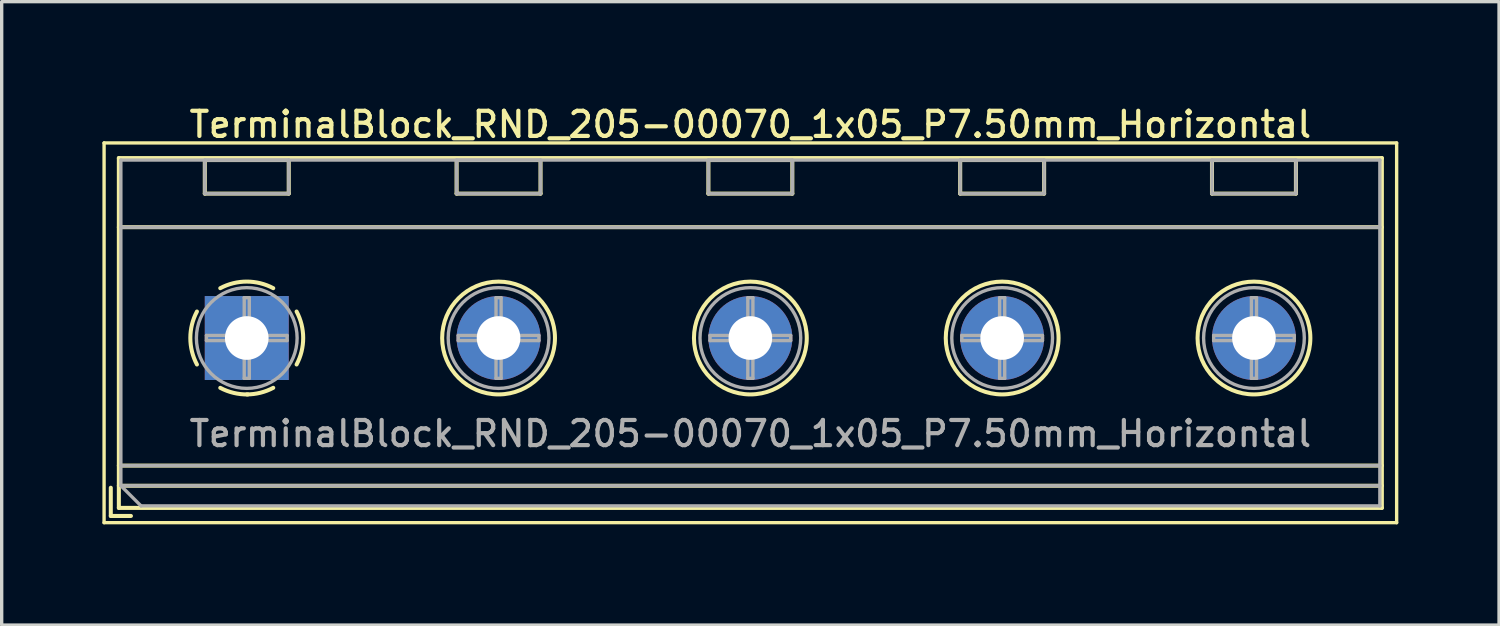
<source format=kicad_pcb>
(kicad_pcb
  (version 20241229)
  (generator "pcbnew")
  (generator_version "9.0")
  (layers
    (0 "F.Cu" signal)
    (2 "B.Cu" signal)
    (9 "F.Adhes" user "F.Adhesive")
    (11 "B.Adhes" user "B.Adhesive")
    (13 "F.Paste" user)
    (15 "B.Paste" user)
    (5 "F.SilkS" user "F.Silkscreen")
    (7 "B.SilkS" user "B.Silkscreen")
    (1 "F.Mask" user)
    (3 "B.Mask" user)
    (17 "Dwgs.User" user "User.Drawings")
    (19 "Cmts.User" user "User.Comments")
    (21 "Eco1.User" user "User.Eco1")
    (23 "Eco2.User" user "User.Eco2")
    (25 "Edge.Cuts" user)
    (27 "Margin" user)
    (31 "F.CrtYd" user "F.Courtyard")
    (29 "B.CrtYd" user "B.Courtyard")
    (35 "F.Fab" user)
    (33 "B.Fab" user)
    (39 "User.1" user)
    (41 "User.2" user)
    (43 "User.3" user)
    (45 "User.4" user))
  (footprint "TerminalBlock_RND_205-00070_1x05_P7.50mm_Horizontal"
    (layer "F.Cu")
    (at 4.3 7.018)
    (property "Reference" "TerminalBlock_RND_205-00070_1x05_P7.50mm_Horizontal" (at 15 -6.36 0) (layer "F.SilkS") (effects (font (size 0.75 0.75) (thickness 0.125))))
    (attr through_hole)
    (fp_line (start -4.25 -5.81) (end -4.25 5.5) (stroke (width 0.1) (type solid)) (layer "F.SilkS"))
    (fp_line (start -4.25 5.5) (end 34.25 5.5) (stroke (width 0.1) (type solid)) (layer "F.SilkS"))
    (fp_line (start -4.05 4.46) (end -4.05 5.3) (stroke (width 0.12) (type solid)) (layer "F.SilkS"))
    (fp_line (start -4.05 5.3) (end -3.45 5.3) (stroke (width 0.12) (type solid)) (layer "F.SilkS"))
    (fp_line (start -3.81 -5.36) (end -3.81 5.06) (stroke (width 0.12) (type solid)) (layer "F.SilkS"))
    (fp_line (start -3.81 -5.36) (end 33.81 -5.36) (stroke (width 0.12) (type solid)) (layer "F.SilkS"))
    (fp_line (start -3.81 -3.301) (end 33.81 -3.301) (stroke (width 0.12) (type solid)) (layer "F.SilkS"))
    (fp_line (start -3.81 3.8) (end 33.81 3.8) (stroke (width 0.12) (type solid)) (layer "F.SilkS"))
    (fp_line (start -3.81 4.4) (end 33.81 4.4) (stroke (width 0.12) (type solid)) (layer "F.SilkS"))
    (fp_line (start -3.81 5.06) (end 33.81 5.06) (stroke (width 0.12) (type solid)) (layer "F.SilkS"))
    (fp_line (start -1.25 -5.301) (end -1.25 -4.301) (stroke (width 0.12) (type solid)) (layer "F.SilkS"))
    (fp_line (start -1.25 -5.301) (end 1.25 -5.301) (stroke (width 0.12) (type solid)) (layer "F.SilkS"))
    (fp_line (start -1.25 -4.301) (end 1.25 -4.301) (stroke (width 0.12) (type solid)) (layer "F.SilkS"))
    (fp_line (start 1.25 -5.301) (end 1.25 -4.301) (stroke (width 0.12) (type solid)) (layer "F.SilkS"))
    (fp_line (start 6.25 -5.301) (end 6.25 -4.301) (stroke (width 0.12) (type solid)) (layer "F.SilkS"))
    (fp_line (start 6.25 -5.301) (end 8.75 -5.301) (stroke (width 0.12) (type solid)) (layer "F.SilkS"))
    (fp_line (start 6.25 -4.301) (end 8.75 -4.301) (stroke (width 0.12) (type solid)) (layer "F.SilkS"))
    (fp_line (start 8.75 -5.301) (end 8.75 -4.301) (stroke (width 0.12) (type solid)) (layer "F.SilkS"))
    (fp_line (start 13.75 -5.301) (end 13.75 -4.301) (stroke (width 0.12) (type solid)) (layer "F.SilkS"))
    (fp_line (start 13.75 -5.301) (end 16.25 -5.301) (stroke (width 0.12) (type solid)) (layer "F.SilkS"))
    (fp_line (start 13.75 -4.301) (end 16.25 -4.301) (stroke (width 0.12) (type solid)) (layer "F.SilkS"))
    (fp_line (start 16.25 -5.301) (end 16.25 -4.301) (stroke (width 0.12) (type solid)) (layer "F.SilkS"))
    (fp_line (start 21.25 -5.301) (end 21.25 -4.301) (stroke (width 0.12) (type solid)) (layer "F.SilkS"))
    (fp_line (start 21.25 -5.301) (end 23.75 -5.301) (stroke (width 0.12) (type solid)) (layer "F.SilkS"))
    (fp_line (start 21.25 -4.301) (end 23.75 -4.301) (stroke (width 0.12) (type solid)) (layer "F.SilkS"))
    (fp_line (start 23.75 -5.301) (end 23.75 -4.301) (stroke (width 0.12) (type solid)) (layer "F.SilkS"))
    (fp_line (start 28.75 -5.301) (end 28.75 -4.301) (stroke (width 0.12) (type solid)) (layer "F.SilkS"))
    (fp_line (start 28.75 -5.301) (end 31.25 -5.301) (stroke (width 0.12) (type solid)) (layer "F.SilkS"))
    (fp_line (start 28.75 -4.301) (end 31.25 -4.301) (stroke (width 0.12) (type solid)) (layer "F.SilkS"))
    (fp_line (start 31.25 -5.301) (end 31.25 -4.301) (stroke (width 0.12) (type solid)) (layer "F.SilkS"))
    (fp_line (start 33.81 -5.36) (end 33.81 5.06) (stroke (width 0.12) (type solid)) (layer "F.SilkS"))
    (fp_line (start 34.25 -5.81) (end -4.25 -5.81) (stroke (width 0.1) (type solid)) (layer "F.SilkS"))
    (fp_line (start 34.25 5.5) (end 34.25 -5.81) (stroke (width 0.1) (type solid)) (layer "F.SilkS"))
    (fp_arc (start -1.483953 0.789089) (mid -1.680708 0.00005) (end -1.484 -0.789) (stroke (width 0.12) (type solid)) (layer "F.SilkS"))
    (fp_arc (start -0.789089 -1.483953) (mid -0.00005 -1.680708) (end 0.789 -1.484) (stroke (width 0.12) (type solid)) (layer "F.SilkS"))
    (fp_arc (start 0.029383 1.68045) (mid -0.392304 1.634281) (end -0.789 1.484) (stroke (width 0.12) (type solid)) (layer "F.SilkS"))
    (fp_arc (start 0.788712 1.483352) (mid 0.406429 1.630097) (end 0 1.68) (stroke (width 0.12) (type solid)) (layer "F.SilkS"))
    (fp_arc (start 1.483953 -0.789089) (mid 1.680708 -0.00005) (end 1.484 0.789) (stroke (width 0.12) (type solid)) (layer "F.SilkS"))
    (fp_circle (center 7.5 0) (end 9.18 0) (stroke (width 0.12) (type solid)) (fill no) (layer "F.SilkS"))
    (fp_circle (center 15 0) (end 16.68 0) (stroke (width 0.12) (type solid)) (fill no) (layer "F.SilkS"))
    (fp_circle (center 22.5 0) (end 24.18 0) (stroke (width 0.12) (type solid)) (fill no) (layer "F.SilkS"))
    (fp_circle (center 30 0) (end 31.68 0) (stroke (width 0.12) (type solid)) (fill no) (layer "F.SilkS"))
    (fp_line (start -3.75 -5.3) (end 33.75 -5.3) (stroke (width 0.1) (type solid)) (layer "F.Fab"))
    (fp_line (start -3.75 -3.3) (end 33.75 -3.3) (stroke (width 0.1) (type solid)) (layer "F.Fab"))
    (fp_line (start -3.75 3.8) (end 33.75 3.8) (stroke (width 0.1) (type solid)) (layer "F.Fab"))
    (fp_line (start -3.75 4.4) (end -3.75 -5.3) (stroke (width 0.1) (type solid)) (layer "F.Fab"))
    (fp_line (start -3.75 4.4) (end 33.75 4.4) (stroke (width 0.1) (type solid)) (layer "F.Fab"))
    (fp_line (start -3.15 5) (end -3.75 4.4) (stroke (width 0.1) (type solid)) (layer "F.Fab"))
    (fp_line (start -1.25 -5.3) (end -1.25 -4.3) (stroke (width 0.1) (type solid)) (layer "F.Fab"))
    (fp_line (start -1.25 -4.3) (end 1.25 -4.3) (stroke (width 0.1) (type solid)) (layer "F.Fab"))
    (fp_line (start -1.201 -0.076) (end -0.076 -0.076) (stroke (width 0.1) (type solid)) (layer "F.Fab"))
    (fp_line (start -1.201 0.076) (end -1.201 -0.076) (stroke (width 0.1) (type solid)) (layer "F.Fab"))
    (fp_line (start -0.076 -1.201) (end 0.076 -1.201) (stroke (width 0.1) (type solid)) (layer "F.Fab"))
    (fp_line (start -0.076 -0.076) (end -0.076 -1.201) (stroke (width 0.1) (type solid)) (layer "F.Fab"))
    (fp_line (start -0.076 0.076) (end -1.201 0.076) (stroke (width 0.1) (type solid)) (layer "F.Fab"))
    (fp_line (start -0.076 1.201) (end -0.076 0.076) (stroke (width 0.1) (type solid)) (layer "F.Fab"))
    (fp_line (start 0.076 -1.201) (end 0.076 -0.076) (stroke (width 0.1) (type solid)) (layer "F.Fab"))
    (fp_line (start 0.076 -0.076) (end 1.201 -0.076) (stroke (width 0.1) (type solid)) (layer "F.Fab"))
    (fp_line (start 0.076 0.076) (end 0.076 1.201) (stroke (width 0.1) (type solid)) (layer "F.Fab"))
    (fp_line (start 0.076 1.201) (end -0.076 1.201) (stroke (width 0.1) (type solid)) (layer "F.Fab"))
    (fp_line (start 1.201 -0.076) (end 1.201 0.076) (stroke (width 0.1) (type solid)) (layer "F.Fab"))
    (fp_line (start 1.201 0.076) (end 0.076 0.076) (stroke (width 0.1) (type solid)) (layer "F.Fab"))
    (fp_line (start 1.25 -5.3) (end -1.25 -5.3) (stroke (width 0.1) (type solid)) (layer "F.Fab"))
    (fp_line (start 1.25 -4.3) (end 1.25 -5.3) (stroke (width 0.1) (type solid)) (layer "F.Fab"))
    (fp_line (start 6.25 -5.3) (end 6.25 -4.3) (stroke (width 0.1) (type solid)) (layer "F.Fab"))
    (fp_line (start 6.25 -4.3) (end 8.75 -4.3) (stroke (width 0.1) (type solid)) (layer "F.Fab"))
    (fp_line (start 6.299 -0.076) (end 7.424 -0.076) (stroke (width 0.1) (type solid)) (layer "F.Fab"))
    (fp_line (start 6.299 0.076) (end 6.299 -0.076) (stroke (width 0.1) (type solid)) (layer "F.Fab"))
    (fp_line (start 7.424 -1.201) (end 7.576 -1.201) (stroke (width 0.1) (type solid)) (layer "F.Fab"))
    (fp_line (start 7.424 -0.076) (end 7.424 -1.201) (stroke (width 0.1) (type solid)) (layer "F.Fab"))
    (fp_line (start 7.424 0.076) (end 6.299 0.076) (stroke (width 0.1) (type solid)) (layer "F.Fab"))
    (fp_line (start 7.424 1.201) (end 7.424 0.076) (stroke (width 0.1) (type solid)) (layer "F.Fab"))
    (fp_line (start 7.576 -1.201) (end 7.576 -0.076) (stroke (width 0.1) (type solid)) (layer "F.Fab"))
    (fp_line (start 7.576 -0.076) (end 8.701 -0.076) (stroke (width 0.1) (type solid)) (layer "F.Fab"))
    (fp_line (start 7.576 0.076) (end 7.576 1.201) (stroke (width 0.1) (type solid)) (layer "F.Fab"))
    (fp_line (start 7.576 1.201) (end 7.424 1.201) (stroke (width 0.1) (type solid)) (layer "F.Fab"))
    (fp_line (start 8.701 -0.076) (end 8.701 0.076) (stroke (width 0.1) (type solid)) (layer "F.Fab"))
    (fp_line (start 8.701 0.076) (end 7.576 0.076) (stroke (width 0.1) (type solid)) (layer "F.Fab"))
    (fp_line (start 8.75 -5.3) (end 6.25 -5.3) (stroke (width 0.1) (type solid)) (layer "F.Fab"))
    (fp_line (start 8.75 -4.3) (end 8.75 -5.3) (stroke (width 0.1) (type solid)) (layer "F.Fab"))
    (fp_line (start 13.75 -5.3) (end 13.75 -4.3) (stroke (width 0.1) (type solid)) (layer "F.Fab"))
    (fp_line (start 13.75 -4.3) (end 16.25 -4.3) (stroke (width 0.1) (type solid)) (layer "F.Fab"))
    (fp_line (start 13.799 -0.076) (end 14.924 -0.076) (stroke (width 0.1) (type solid)) (layer "F.Fab"))
    (fp_line (start 13.799 0.076) (end 13.799 -0.076) (stroke (width 0.1) (type solid)) (layer "F.Fab"))
    (fp_line (start 14.924 -1.201) (end 15.076 -1.201) (stroke (width 0.1) (type solid)) (layer "F.Fab"))
    (fp_line (start 14.924 -0.076) (end 14.924 -1.201) (stroke (width 0.1) (type solid)) (layer "F.Fab"))
    (fp_line (start 14.924 0.076) (end 13.799 0.076) (stroke (width 0.1) (type solid)) (layer "F.Fab"))
    (fp_line (start 14.924 1.201) (end 14.924 0.076) (stroke (width 0.1) (type solid)) (layer "F.Fab"))
    (fp_line (start 15.076 -1.201) (end 15.076 -0.076) (stroke (width 0.1) (type solid)) (layer "F.Fab"))
    (fp_line (start 15.076 -0.076) (end 16.201 -0.076) (stroke (width 0.1) (type solid)) (layer "F.Fab"))
    (fp_line (start 15.076 0.076) (end 15.076 1.201) (stroke (width 0.1) (type solid)) (layer "F.Fab"))
    (fp_line (start 15.076 1.201) (end 14.924 1.201) (stroke (width 0.1) (type solid)) (layer "F.Fab"))
    (fp_line (start 16.201 -0.076) (end 16.201 0.076) (stroke (width 0.1) (type solid)) (layer "F.Fab"))
    (fp_line (start 16.201 0.076) (end 15.076 0.076) (stroke (width 0.1) (type solid)) (layer "F.Fab"))
    (fp_line (start 16.25 -5.3) (end 13.75 -5.3) (stroke (width 0.1) (type solid)) (layer "F.Fab"))
    (fp_line (start 16.25 -4.3) (end 16.25 -5.3) (stroke (width 0.1) (type solid)) (layer "F.Fab"))
    (fp_line (start 21.25 -5.3) (end 21.25 -4.3) (stroke (width 0.1) (type solid)) (layer "F.Fab"))
    (fp_line (start 21.25 -4.3) (end 23.75 -4.3) (stroke (width 0.1) (type solid)) (layer "F.Fab"))
    (fp_line (start 21.299 -0.076) (end 22.424 -0.076) (stroke (width 0.1) (type solid)) (layer "F.Fab"))
    (fp_line (start 21.299 0.076) (end 21.299 -0.076) (stroke (width 0.1) (type solid)) (layer "F.Fab"))
    (fp_line (start 22.424 -1.201) (end 22.576 -1.201) (stroke (width 0.1) (type solid)) (layer "F.Fab"))
    (fp_line (start 22.424 -0.076) (end 22.424 -1.201) (stroke (width 0.1) (type solid)) (layer "F.Fab"))
    (fp_line (start 22.424 0.076) (end 21.299 0.076) (stroke (width 0.1) (type solid)) (layer "F.Fab"))
    (fp_line (start 22.424 1.201) (end 22.424 0.076) (stroke (width 0.1) (type solid)) (layer "F.Fab"))
    (fp_line (start 22.576 -1.201) (end 22.576 -0.076) (stroke (width 0.1) (type solid)) (layer "F.Fab"))
    (fp_line (start 22.576 -0.076) (end 23.701 -0.076) (stroke (width 0.1) (type solid)) (layer "F.Fab"))
    (fp_line (start 22.576 0.076) (end 22.576 1.201) (stroke (width 0.1) (type solid)) (layer "F.Fab"))
    (fp_line (start 22.576 1.201) (end 22.424 1.201) (stroke (width 0.1) (type solid)) (layer "F.Fab"))
    (fp_line (start 23.701 -0.076) (end 23.701 0.076) (stroke (width 0.1) (type solid)) (layer "F.Fab"))
    (fp_line (start 23.701 0.076) (end 22.576 0.076) (stroke (width 0.1) (type solid)) (layer "F.Fab"))
    (fp_line (start 23.75 -5.3) (end 21.25 -5.3) (stroke (width 0.1) (type solid)) (layer "F.Fab"))
    (fp_line (start 23.75 -4.3) (end 23.75 -5.3) (stroke (width 0.1) (type solid)) (layer "F.Fab"))
    (fp_line (start 28.75 -5.3) (end 28.75 -4.3) (stroke (width 0.1) (type solid)) (layer "F.Fab"))
    (fp_line (start 28.75 -4.3) (end 31.25 -4.3) (stroke (width 0.1) (type solid)) (layer "F.Fab"))
    (fp_line (start 28.799 -0.076) (end 29.924 -0.076) (stroke (width 0.1) (type solid)) (layer "F.Fab"))
    (fp_line (start 28.799 0.076) (end 28.799 -0.076) (stroke (width 0.1) (type solid)) (layer "F.Fab"))
    (fp_line (start 29.924 -1.201) (end 30.076 -1.201) (stroke (width 0.1) (type solid)) (layer "F.Fab"))
    (fp_line (start 29.924 -0.076) (end 29.924 -1.201) (stroke (width 0.1) (type solid)) (layer "F.Fab"))
    (fp_line (start 29.924 0.076) (end 28.799 0.076) (stroke (width 0.1) (type solid)) (layer "F.Fab"))
    (fp_line (start 29.924 1.201) (end 29.924 0.076) (stroke (width 0.1) (type solid)) (layer "F.Fab"))
    (fp_line (start 30.076 -1.201) (end 30.076 -0.076) (stroke (width 0.1) (type solid)) (layer "F.Fab"))
    (fp_line (start 30.076 -0.076) (end 31.201 -0.076) (stroke (width 0.1) (type solid)) (layer "F.Fab"))
    (fp_line (start 30.076 0.076) (end 30.076 1.201) (stroke (width 0.1) (type solid)) (layer "F.Fab"))
    (fp_line (start 30.076 1.201) (end 29.924 1.201) (stroke (width 0.1) (type solid)) (layer "F.Fab"))
    (fp_line (start 31.201 -0.076) (end 31.201 0.076) (stroke (width 0.1) (type solid)) (layer "F.Fab"))
    (fp_line (start 31.201 0.076) (end 30.076 0.076) (stroke (width 0.1) (type solid)) (layer "F.Fab"))
    (fp_line (start 31.25 -5.3) (end 28.75 -5.3) (stroke (width 0.1) (type solid)) (layer "F.Fab"))
    (fp_line (start 31.25 -4.3) (end 31.25 -5.3) (stroke (width 0.1) (type solid)) (layer "F.Fab"))
    (fp_line (start 33.75 -5.3) (end 33.75 5) (stroke (width 0.1) (type solid)) (layer "F.Fab"))
    (fp_line (start 33.75 5) (end -3.15 5) (stroke (width 0.1) (type solid)) (layer "F.Fab"))
    (fp_circle (center 0 0) (end 1.5 0) (stroke (width 0.1) (type solid)) (fill no) (layer "F.Fab"))
    (fp_circle (center 7.5 0) (end 9 0) (stroke (width 0.1) (type solid)) (fill no) (layer "F.Fab"))
    (fp_circle (center 15 0) (end 16.5 0) (stroke (width 0.1) (type solid)) (fill no) (layer "F.Fab"))
    (fp_circle (center 22.5 0) (end 24 0) (stroke (width 0.1) (type solid)) (fill no) (layer "F.Fab"))
    (fp_circle (center 30 0) (end 31.5 0) (stroke (width 0.1) (type solid)) (fill no) (layer "F.Fab"))
    (fp_text user "${REFERENCE}" (at 15 2.85 0) (layer "F.Fab") (effects (font (size 0.75 0.75) (thickness 0.125))))
    (pad "1" thru_hole rect (at 0 0) (size 2.5 2.5) (drill 1.3) (layers "*.Cu" "*.Mask"))
    (pad "2" thru_hole circle (at 7.5 0) (size 2.5 2.5) (drill 1.3) (layers "*.Cu" "*.Mask"))
    (pad "3" thru_hole circle (at 15 0) (size 2.5 2.5) (drill 1.3) (layers "*.Cu" "*.Mask"))
    (pad "4" thru_hole circle (at 22.5 0) (size 2.5 2.5) (drill 1.3) (layers "*.Cu" "*.Mask"))
    (pad "5" thru_hole circle (at 30 0) (size 2.5 2.5) (drill 1.3) (layers "*.Cu" "*.Mask")))
  (gr_rect
    (start -3 -3)
    (end 41.6 15.568)
    (stroke (width 0.1) (type default))
    (fill no)
    (layer "Edge.Cuts")))
</source>
